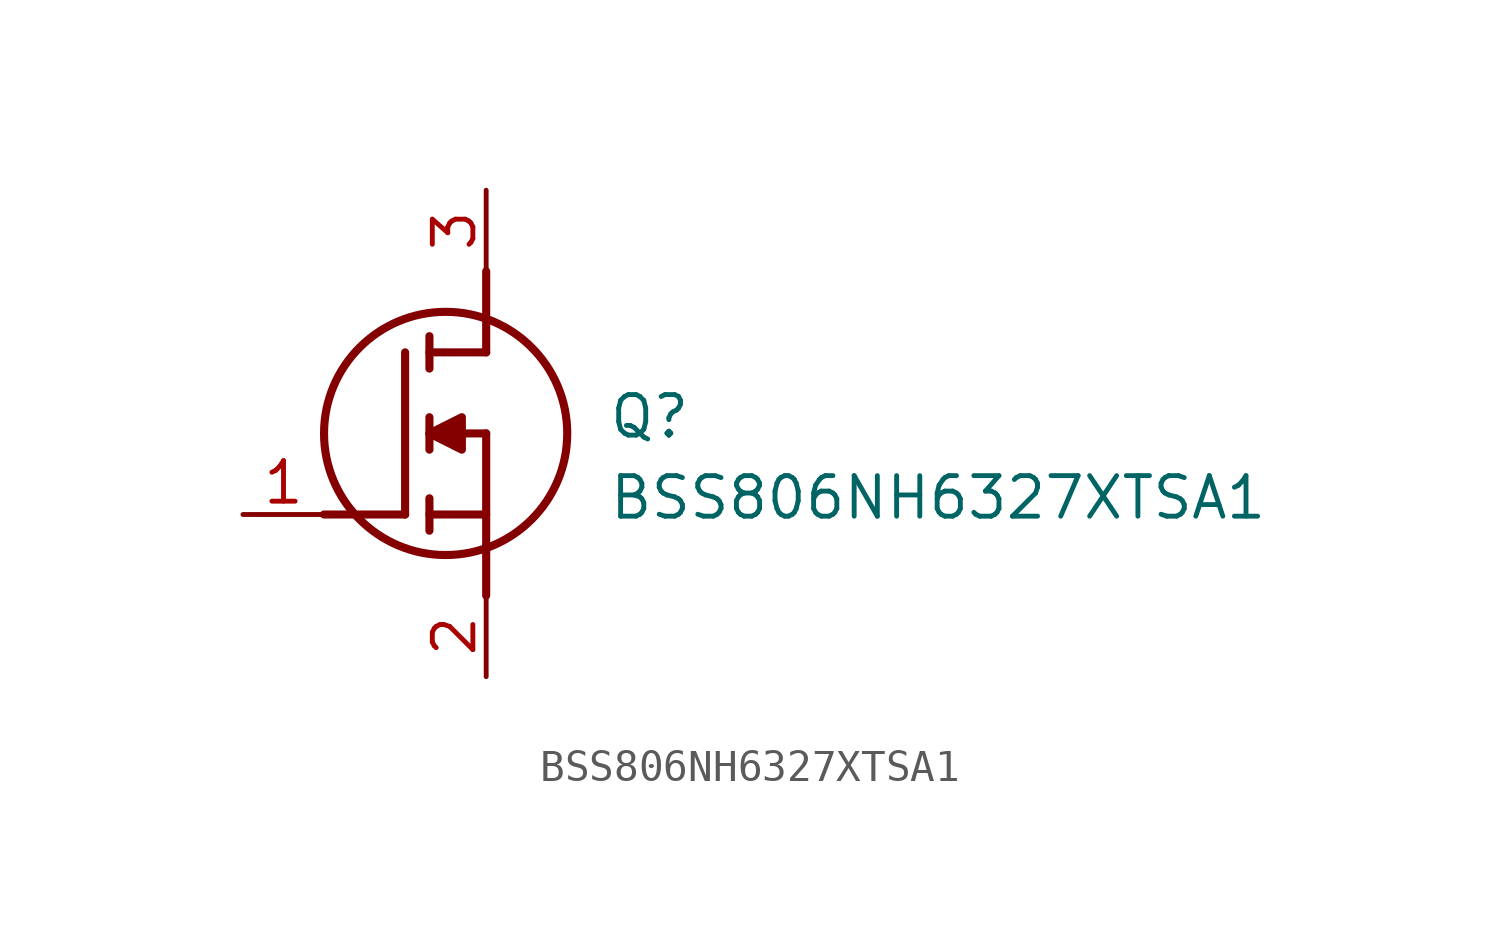
<source format=kicad_sym>
(kicad_symbol_lib
  (version 20211014)
  (generator SamacSys_ECAD_Model)
  (symbol "BSS806NH6327XTSA1"
    (pin_names hide)
    (property "Reference" "Q"
      (at 11.43 3.81 0)
      (effects (font (size 1.27 1.27)) (justify left top)))
    (property "Value" "BSS806NH6327XTSA1"
      (at 11.43 1.27 0)
      (effects (font (size 1.27 1.27)) (justify left top)))
    (polyline
      (pts (xy 7.62 2.54) (xy 7.62 -2.54))
      (stroke (width 0.254) (type default))
      (fill (type none)))
    (polyline
      (pts (xy 7.62 5.08) (xy 7.62 7.62))
      (stroke (width 0.254) (type default))
      (fill (type none)))
    (polyline
      (pts (xy 2.54 0) (xy 5.08 0))
      (stroke (width 0.254) (type default))
      (fill (type none)))
    (polyline
      (pts (xy 5.08 5.08) (xy 5.08 0))
      (stroke (width 0.254) (type default))
      (fill (type none)))
    (polyline
      (pts (xy 7.62 2.54) (xy 5.842 2.54))
      (stroke (width 0.254) (type default))
      (fill (type none)))
    (polyline
      (pts (xy 7.62 5.08) (xy 5.842 5.08))
      (stroke (width 0.254) (type default))
      (fill (type none)))
    (polyline
      (pts (xy 5.842 0) (xy 7.62 0))
      (stroke (width 0.254) (type default))
      (fill (type none)))
    (polyline
      (pts (xy 5.842 5.588) (xy 5.842 4.572))
      (stroke (width 0.254) (type default))
      (fill (type none)))
    (polyline
      (pts (xy 5.842 -0.508) (xy 5.842 0.508))
      (stroke (width 0.254) (type default))
      (fill (type none)))
    (polyline
      (pts (xy 5.842 2.032) (xy 5.842 3.048))
      (stroke (width 0.254) (type default))
      (fill (type none)))
    (circle
      (center 6.35 2.54)
      (radius 3.81)
      (stroke (width 0.254) (type default))
      (fill (type none)))
    (polyline
      (pts (xy 5.842 2.54) (xy 6.858 3.048) (xy 6.858 2.032) (xy 5.842 2.54))
      (stroke (width 0.254) (type default))
      (fill (type outline)))
    (pin passive line
      (at 0 0 0)
      (length 2.54)
      (name "G" (effects (font (size 1.27 1.27))))
      (number "1" (effects (font (size 1.27 1.27)))))
    (pin passive line
      (at 7.62 10.16 270)
      (length 2.54)
      (name "D" (effects (font (size 1.27 1.27))))
      (number "3" (effects (font (size 1.27 1.27)))))
    (pin passive line
      (at 7.62 -5.08 90)
      (length 2.54)
      (name "S" (effects (font (size 1.27 1.27))))
      (number "2" (effects (font (size 1.27 1.27)))))))
</source>
